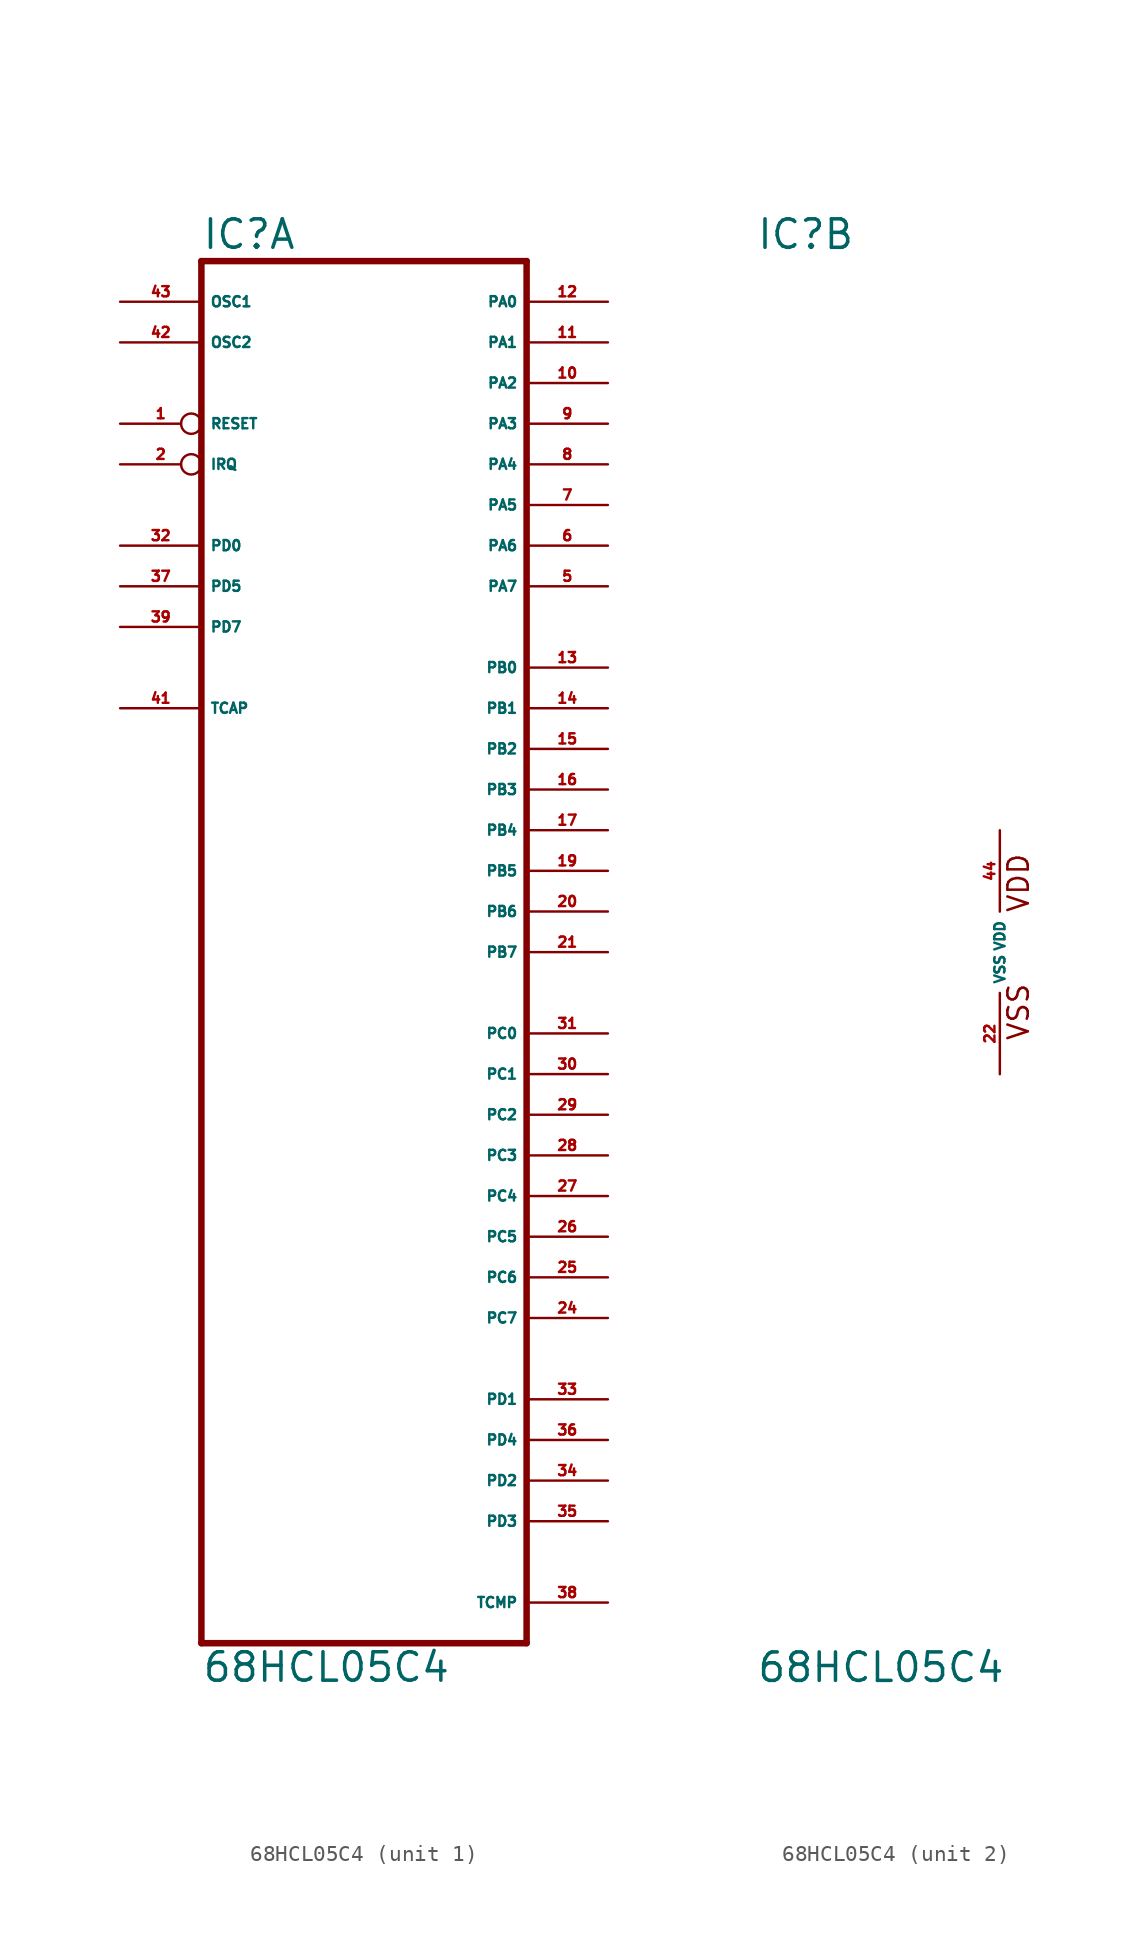
<source format=kicad_sym>
(kicad_symbol_lib
  (version 20220914)
  (generator Eagle2Kicad)
  (symbol "68HCL05C4"
    (property "Reference" "IC"
      (at -15.24 43.815 0)
      (effects (font (size 1.778 1.778) (thickness 0.22)) (justify left bottom)))
    (property "Value" "68HCL05C4"
      (at -15.24 -45.72 0)
      (effects (font (size 1.778 1.778) (thickness 0.22)) (justify left bottom)))
    (symbol "68HCL05C4_1_0"
      (polyline (pts (xy -15.24 -43.18) (xy 5.08 -43.18)) (stroke (width 0.406) (type default)) (fill (type none)))
      (polyline (pts (xy 5.08 -43.18) (xy 5.08 43.18)) (stroke (width 0.406) (type default)) (fill (type none)))
      (polyline (pts (xy 5.08 43.18) (xy -15.24 43.18)) (stroke (width 0.406) (type default)) (fill (type none)))
      (polyline (pts (xy -15.24 43.18) (xy -15.24 -43.18)) (stroke (width 0.406) (type default)) (fill (type none)))
      (pin input inverted (at -20.32 33.02 0) (length 5.08) (name "RESET" (effects (font (size 0.635 0.635) (thickness 0.08)) (justify left bottom))) (number "1" (effects (font (size 0.635 0.635) (thickness 0.08)) (justify left bottom))))
      (pin input inverted (at -20.32 30.48 0) (length 5.08) (name "IRQ" (effects (font (size 0.635 0.635) (thickness 0.08)) (justify left bottom))) (number "2" (effects (font (size 0.635 0.635) (thickness 0.08)) (justify left bottom))))
      (pin bidirectional line (at 10.16 22.86 180) (length 5.08) (name "PA7" (effects (font (size 0.635 0.635) (thickness 0.08)) (justify left bottom))) (number "5" (effects (font (size 0.635 0.635) (thickness 0.08)) (justify left bottom))))
      (pin bidirectional line (at 10.16 25.4 180) (length 5.08) (name "PA6" (effects (font (size 0.635 0.635) (thickness 0.08)) (justify left bottom))) (number "6" (effects (font (size 0.635 0.635) (thickness 0.08)) (justify left bottom))))
      (pin bidirectional line (at 10.16 27.94 180) (length 5.08) (name "PA5" (effects (font (size 0.635 0.635) (thickness 0.08)) (justify left bottom))) (number "7" (effects (font (size 0.635 0.635) (thickness 0.08)) (justify left bottom))))
      (pin bidirectional line (at 10.16 30.48 180) (length 5.08) (name "PA4" (effects (font (size 0.635 0.635) (thickness 0.08)) (justify left bottom))) (number "8" (effects (font (size 0.635 0.635) (thickness 0.08)) (justify left bottom))))
      (pin bidirectional line (at 10.16 33.02 180) (length 5.08) (name "PA3" (effects (font (size 0.635 0.635) (thickness 0.08)) (justify left bottom))) (number "9" (effects (font (size 0.635 0.635) (thickness 0.08)) (justify left bottom))))
      (pin bidirectional line (at 10.16 35.56 180) (length 5.08) (name "PA2" (effects (font (size 0.635 0.635) (thickness 0.08)) (justify left bottom))) (number "10" (effects (font (size 0.635 0.635) (thickness 0.08)) (justify left bottom))))
      (pin bidirectional line (at 10.16 38.1 180) (length 5.08) (name "PA1" (effects (font (size 0.635 0.635) (thickness 0.08)) (justify left bottom))) (number "11" (effects (font (size 0.635 0.635) (thickness 0.08)) (justify left bottom))))
      (pin bidirectional line (at 10.16 40.64 180) (length 5.08) (name "PA0" (effects (font (size 0.635 0.635) (thickness 0.08)) (justify left bottom))) (number "12" (effects (font (size 0.635 0.635) (thickness 0.08)) (justify left bottom))))
      (pin bidirectional line (at 10.16 17.78 180) (length 5.08) (name "PB0" (effects (font (size 0.635 0.635) (thickness 0.08)) (justify left bottom))) (number "13" (effects (font (size 0.635 0.635) (thickness 0.08)) (justify left bottom))))
      (pin bidirectional line (at 10.16 15.24 180) (length 5.08) (name "PB1" (effects (font (size 0.635 0.635) (thickness 0.08)) (justify left bottom))) (number "14" (effects (font (size 0.635 0.635) (thickness 0.08)) (justify left bottom))))
      (pin bidirectional line (at 10.16 12.7 180) (length 5.08) (name "PB2" (effects (font (size 0.635 0.635) (thickness 0.08)) (justify left bottom))) (number "15" (effects (font (size 0.635 0.635) (thickness 0.08)) (justify left bottom))))
      (pin bidirectional line (at 10.16 10.16 180) (length 5.08) (name "PB3" (effects (font (size 0.635 0.635) (thickness 0.08)) (justify left bottom))) (number "16" (effects (font (size 0.635 0.635) (thickness 0.08)) (justify left bottom))))
      (pin bidirectional line (at 10.16 7.62 180) (length 5.08) (name "PB4" (effects (font (size 0.635 0.635) (thickness 0.08)) (justify left bottom))) (number "17" (effects (font (size 0.635 0.635) (thickness 0.08)) (justify left bottom))))
      (pin bidirectional line (at 10.16 5.08 180) (length 5.08) (name "PB5" (effects (font (size 0.635 0.635) (thickness 0.08)) (justify left bottom))) (number "19" (effects (font (size 0.635 0.635) (thickness 0.08)) (justify left bottom))))
      (pin bidirectional line (at 10.16 2.54 180) (length 5.08) (name "PB6" (effects (font (size 0.635 0.635) (thickness 0.08)) (justify left bottom))) (number "20" (effects (font (size 0.635 0.635) (thickness 0.08)) (justify left bottom))))
      (pin bidirectional line (at 10.16 0 180) (length 5.08) (name "PB7" (effects (font (size 0.635 0.635) (thickness 0.08)) (justify left bottom))) (number "21" (effects (font (size 0.635 0.635) (thickness 0.08)) (justify left bottom))))
      (pin bidirectional line (at 10.16 -22.86 180) (length 5.08) (name "PC7" (effects (font (size 0.635 0.635) (thickness 0.08)) (justify left bottom))) (number "24" (effects (font (size 0.635 0.635) (thickness 0.08)) (justify left bottom))))
      (pin bidirectional line (at 10.16 -20.32 180) (length 5.08) (name "PC6" (effects (font (size 0.635 0.635) (thickness 0.08)) (justify left bottom))) (number "25" (effects (font (size 0.635 0.635) (thickness 0.08)) (justify left bottom))))
      (pin bidirectional line (at 10.16 -17.78 180) (length 5.08) (name "PC5" (effects (font (size 0.635 0.635) (thickness 0.08)) (justify left bottom))) (number "26" (effects (font (size 0.635 0.635) (thickness 0.08)) (justify left bottom))))
      (pin bidirectional line (at 10.16 -15.24 180) (length 5.08) (name "PC4" (effects (font (size 0.635 0.635) (thickness 0.08)) (justify left bottom))) (number "27" (effects (font (size 0.635 0.635) (thickness 0.08)) (justify left bottom))))
      (pin bidirectional line (at 10.16 -12.7 180) (length 5.08) (name "PC3" (effects (font (size 0.635 0.635) (thickness 0.08)) (justify left bottom))) (number "28" (effects (font (size 0.635 0.635) (thickness 0.08)) (justify left bottom))))
      (pin bidirectional line (at 10.16 -10.16 180) (length 5.08) (name "PC2" (effects (font (size 0.635 0.635) (thickness 0.08)) (justify left bottom))) (number "29" (effects (font (size 0.635 0.635) (thickness 0.08)) (justify left bottom))))
      (pin bidirectional line (at 10.16 -7.62 180) (length 5.08) (name "PC1" (effects (font (size 0.635 0.635) (thickness 0.08)) (justify left bottom))) (number "30" (effects (font (size 0.635 0.635) (thickness 0.08)) (justify left bottom))))
      (pin bidirectional line (at 10.16 -5.08 180) (length 5.08) (name "PC0" (effects (font (size 0.635 0.635) (thickness 0.08)) (justify left bottom))) (number "31" (effects (font (size 0.635 0.635) (thickness 0.08)) (justify left bottom))))
      (pin input line (at -20.32 25.4 0) (length 5.08) (name "PD0" (effects (font (size 0.635 0.635) (thickness 0.08)) (justify left bottom))) (number "32" (effects (font (size 0.635 0.635) (thickness 0.08)) (justify left bottom))))
      (pin bidirectional line (at 10.16 -27.94 180) (length 5.08) (name "PD1" (effects (font (size 0.635 0.635) (thickness 0.08)) (justify left bottom))) (number "33" (effects (font (size 0.635 0.635) (thickness 0.08)) (justify left bottom))))
      (pin bidirectional line (at 10.16 -33.02 180) (length 5.08) (name "PD2" (effects (font (size 0.635 0.635) (thickness 0.08)) (justify left bottom))) (number "34" (effects (font (size 0.635 0.635) (thickness 0.08)) (justify left bottom))))
      (pin bidirectional line (at 10.16 -35.56 180) (length 5.08) (name "PD3" (effects (font (size 0.635 0.635) (thickness 0.08)) (justify left bottom))) (number "35" (effects (font (size 0.635 0.635) (thickness 0.08)) (justify left bottom))))
      (pin bidirectional line (at 10.16 -30.48 180) (length 5.08) (name "PD4" (effects (font (size 0.635 0.635) (thickness 0.08)) (justify left bottom))) (number "36" (effects (font (size 0.635 0.635) (thickness 0.08)) (justify left bottom))))
      (pin input line (at -20.32 22.86 0) (length 5.08) (name "PD5" (effects (font (size 0.635 0.635) (thickness 0.08)) (justify left bottom))) (number "37" (effects (font (size 0.635 0.635) (thickness 0.08)) (justify left bottom))))
      (pin output line (at 10.16 -40.64 180) (length 5.08) (name "TCMP" (effects (font (size 0.635 0.635) (thickness 0.08)) (justify left bottom))) (number "38" (effects (font (size 0.635 0.635) (thickness 0.08)) (justify left bottom))))
      (pin input line (at -20.32 20.32 0) (length 5.08) (name "PD7" (effects (font (size 0.635 0.635) (thickness 0.08)) (justify left bottom))) (number "39" (effects (font (size 0.635 0.635) (thickness 0.08)) (justify left bottom))))
      (pin input line (at -20.32 15.24 0) (length 5.08) (name "TCAP" (effects (font (size 0.635 0.635) (thickness 0.08)) (justify left bottom))) (number "41" (effects (font (size 0.635 0.635) (thickness 0.08)) (justify left bottom))))
      (pin passive line (at -20.32 38.1 0) (length 5.08) (name "OSC2" (effects (font (size 0.635 0.635) (thickness 0.08)) (justify left bottom))) (number "42" (effects (font (size 0.635 0.635) (thickness 0.08)) (justify left bottom))))
      (pin input line (at -20.32 40.64 0) (length 5.08) (name "OSC1" (effects (font (size 0.635 0.635) (thickness 0.08)) (justify left bottom))) (number "43" (effects (font (size 0.635 0.635) (thickness 0.08)) (justify left bottom)))))
    (symbol "68HCL05C4_2_0"
      (text "VSS" (at 1.905 -5.588 900) (effects (font (size 1.27 1.27) (thickness 0.16)) (justify left bottom)))
      (text "VDD" (at 1.905 2.413 900) (effects (font (size 1.27 1.27) (thickness 0.16)) (justify left bottom)))
      (pin unspecified line (at 0 -7.62 90) (length 5.08) (name "VSS" (effects (font (size 0.635 0.635) (thickness 0.08)) (justify left bottom))) (number "22" (effects (font (size 0.635 0.635) (thickness 0.08)) (justify left bottom))))
      (pin unspecified line (at 0 7.62 270) (length 5.08) (name "VDD" (effects (font (size 0.635 0.635) (thickness 0.08)) (justify left bottom))) (number "44" (effects (font (size 0.635 0.635) (thickness 0.08)) (justify left bottom)))))))
</source>
